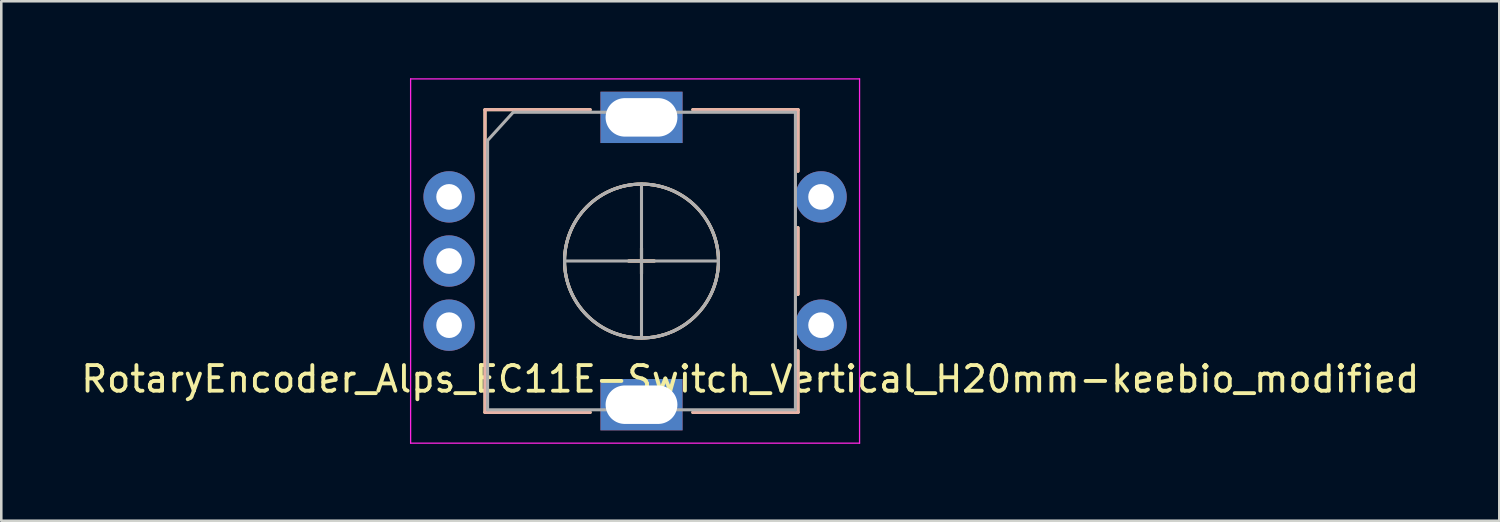
<source format=kicad_pcb>
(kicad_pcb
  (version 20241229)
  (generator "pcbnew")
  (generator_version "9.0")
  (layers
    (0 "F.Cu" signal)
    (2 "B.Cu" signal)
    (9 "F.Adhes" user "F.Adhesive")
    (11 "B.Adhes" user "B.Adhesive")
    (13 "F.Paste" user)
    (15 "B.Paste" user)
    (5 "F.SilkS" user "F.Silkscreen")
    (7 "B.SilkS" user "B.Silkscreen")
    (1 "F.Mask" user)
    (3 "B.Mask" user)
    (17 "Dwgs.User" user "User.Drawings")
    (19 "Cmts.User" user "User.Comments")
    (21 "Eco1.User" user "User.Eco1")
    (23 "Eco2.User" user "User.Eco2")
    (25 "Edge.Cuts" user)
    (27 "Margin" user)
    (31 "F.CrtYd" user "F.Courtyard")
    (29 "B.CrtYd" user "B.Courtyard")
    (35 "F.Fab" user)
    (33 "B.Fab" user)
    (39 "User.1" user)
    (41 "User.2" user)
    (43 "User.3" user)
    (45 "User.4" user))
  (footprint "RotaryEncoder_Alps_EC11E-Switch_Vertical_H20mm-keebio_modified"
    (layer "F.Cu")
    (at 21.956 7.125)
    (property "Reference" "RotaryEncoder_Alps_EC11E-Switch_Vertical_H20mm-keebio_modified" (at 4.24 4.6 0) (layer "F.SilkS") (effects (font (size 1 1) (thickness 0.15))))
    (attr through_hole exclude_from_pos_files exclude_from_bom)
    (fp_line (start -6.1 -5.9) (end -6.1 5.9) (stroke (width 0.12) (type solid)) (layer "F.SilkS"))
    (fp_line (start -2 -5.9) (end -6.1 -5.9) (stroke (width 0.12) (type solid)) (layer "F.SilkS"))
    (fp_line (start -2 5.9) (end -6.1 5.9) (stroke (width 0.12) (type solid)) (layer "F.SilkS"))
    (fp_line (start -0.5 0) (end 0.5 0) (stroke (width 0.12) (type solid)) (layer "F.SilkS"))
    (fp_line (start 0 -0.5) (end 0 0.5) (stroke (width 0.12) (type solid)) (layer "F.SilkS"))
    (fp_line (start 2 -5.9) (end 6.1 -5.9) (stroke (width 0.12) (type solid)) (layer "F.SilkS"))
    (fp_line (start 6.1 -5.9) (end 6.1 -3.5) (stroke (width 0.12) (type solid)) (layer "F.SilkS"))
    (fp_line (start 6.1 -1.3) (end 6.1 1.3) (stroke (width 0.12) (type solid)) (layer "F.SilkS"))
    (fp_line (start 6.1 3.5) (end 6.1 5.9) (stroke (width 0.12) (type solid)) (layer "F.SilkS"))
    (fp_line (start 6.1 5.9) (end 2 5.9) (stroke (width 0.12) (type solid)) (layer "F.SilkS"))
    (fp_circle (center 0 0) (end 3 0) (stroke (width 0.12) (type solid)) (fill no) (layer "F.SilkS"))
    (fp_line (start -6.1 -5.9) (end -6.1 5.9) (stroke (width 0.12) (type solid)) (layer "B.SilkS"))
    (fp_line (start -2 -5.9) (end -6.1 -5.9) (stroke (width 0.12) (type solid)) (layer "B.SilkS"))
    (fp_line (start -2 5.9) (end -6.1 5.9) (stroke (width 0.12) (type solid)) (layer "B.SilkS"))
    (fp_line (start -0.5 0) (end 0.5 0) (stroke (width 0.12) (type solid)) (layer "B.SilkS"))
    (fp_line (start 0 -0.5) (end 0 0.5) (stroke (width 0.12) (type solid)) (layer "B.SilkS"))
    (fp_line (start 2 -5.9) (end 6.1 -5.9) (stroke (width 0.12) (type solid)) (layer "B.SilkS"))
    (fp_line (start 6.1 -5.9) (end 6.1 -3.5) (stroke (width 0.12) (type solid)) (layer "B.SilkS"))
    (fp_line (start 6.1 -1.3) (end 6.1 1.3) (stroke (width 0.12) (type solid)) (layer "B.SilkS"))
    (fp_line (start 6.1 3.5) (end 6.1 5.9) (stroke (width 0.12) (type solid)) (layer "B.SilkS"))
    (fp_line (start 6.1 5.9) (end 2 5.9) (stroke (width 0.12) (type solid)) (layer "B.SilkS"))
    (fp_circle (center 0 0) (end 3 0) (stroke (width 0.12) (type solid)) (fill no) (layer "B.SilkS"))
    (fp_line (start -9 -7.1) (end -9 7.1) (stroke (width 0.05) (type solid)) (layer "F.CrtYd"))
    (fp_line (start -9 -7.1) (end 8.5 -7.1) (stroke (width 0.05) (type solid)) (layer "F.CrtYd"))
    (fp_line (start 8.5 7.1) (end -9 7.1) (stroke (width 0.05) (type solid)) (layer "F.CrtYd"))
    (fp_line (start 8.5 7.1) (end 8.5 -7.1) (stroke (width 0.05) (type solid)) (layer "F.CrtYd"))
    (fp_line (start -6 -4.7) (end -5 -5.8) (stroke (width 0.12) (type solid)) (layer "F.Fab"))
    (fp_line (start -6 5.8) (end -6 -4.7) (stroke (width 0.12) (type solid)) (layer "F.Fab"))
    (fp_line (start -5 -5.8) (end 6 -5.8) (stroke (width 0.12) (type solid)) (layer "F.Fab"))
    (fp_line (start -3 0) (end 3 0) (stroke (width 0.12) (type solid)) (layer "F.Fab"))
    (fp_line (start 0 -3) (end 0 3) (stroke (width 0.12) (type solid)) (layer "F.Fab"))
    (fp_line (start 6 -5.8) (end 6 5.8) (stroke (width 0.12) (type solid)) (layer "F.Fab"))
    (fp_line (start 6 5.8) (end -6 5.8) (stroke (width 0.12) (type solid)) (layer "F.Fab"))
    (fp_circle (center 0 0) (end 3 0) (stroke (width 0.12) (type solid)) (fill no) (layer "F.Fab"))
    (pad "A" thru_hole circle (at -7.5 -2.5) (size 2 2) (drill 1) (layers "*.Cu" "*.Mask"))
    (pad "B" thru_hole circle (at -7.5 2.5) (size 2 2) (drill 1) (layers "*.Cu" "*.Mask"))
    (pad "C" thru_hole circle (at -7.5 0) (size 2 2) (drill 1) (layers "*.Cu" "*.Mask"))
    (pad "MP" thru_hole rect (at 0 -5.6) (size 3.2 2) (drill oval 2.8 1.5) (layers "*.Cu" "*.Mask"))
    (pad "MP" thru_hole rect (at 0 5.6) (size 3.2 2) (drill oval 2.8 1.5) (layers "*.Cu" "*.Mask"))
    (pad "S1" thru_hole circle (at 7 2.5) (size 2 2) (drill 1) (layers "*.Cu" "*.Mask"))
    (pad "S2" thru_hole circle (at 7 -2.5) (size 2 2) (drill 1) (layers "*.Cu" "*.Mask")))
  (gr_rect
    (start -3 -3)
    (end 55.393 17.25)
    (stroke (width 0.1) (type default))
    (fill no)
    (layer "Edge.Cuts")))
</source>
